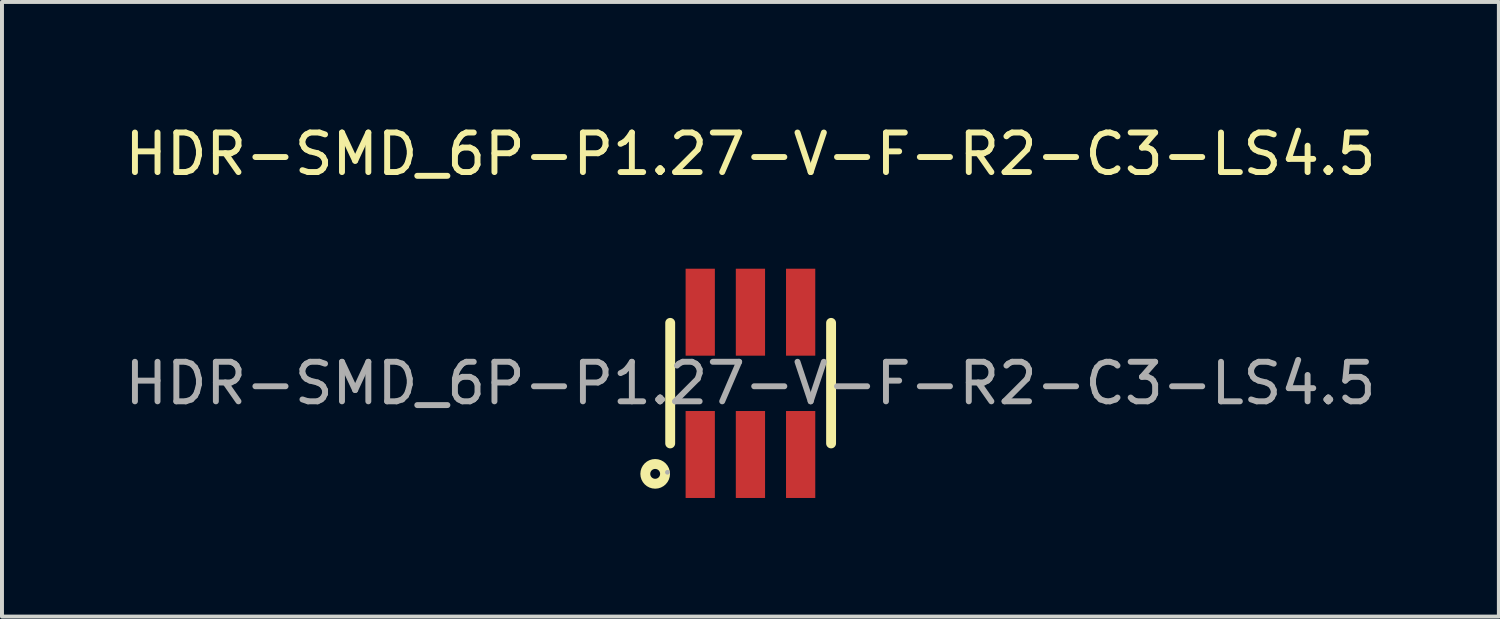
<source format=kicad_pcb>
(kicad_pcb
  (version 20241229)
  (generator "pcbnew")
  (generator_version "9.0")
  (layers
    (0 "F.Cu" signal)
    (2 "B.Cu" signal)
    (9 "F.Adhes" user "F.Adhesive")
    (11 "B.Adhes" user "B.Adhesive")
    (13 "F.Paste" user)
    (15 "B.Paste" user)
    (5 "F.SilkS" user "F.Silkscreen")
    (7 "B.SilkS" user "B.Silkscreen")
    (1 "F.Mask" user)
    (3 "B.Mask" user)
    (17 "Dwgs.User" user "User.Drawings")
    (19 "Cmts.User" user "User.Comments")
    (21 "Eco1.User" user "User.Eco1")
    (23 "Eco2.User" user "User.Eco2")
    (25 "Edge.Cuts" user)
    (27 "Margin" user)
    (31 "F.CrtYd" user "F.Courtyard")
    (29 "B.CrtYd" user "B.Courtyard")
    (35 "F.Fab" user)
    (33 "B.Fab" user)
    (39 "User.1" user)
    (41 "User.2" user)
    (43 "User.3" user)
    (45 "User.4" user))
  (footprint "HDR-SMD_6P-P1.27-V-F-R2-C3-LS4.5"
    (layer "F.Cu")
    (at 15.935 6.648)
    (property "Reference" "HDR-SMD_6P-P1.27-V-F-R2-C3-LS4.5" (at 0 -5.8 0) (layer "F.SilkS") (effects (font (size 1 1) (thickness 0.15))))
    (attr smd)
    (fp_line (start -2.03 -1.53) (end -2.03 1.52) (stroke (width 0.25) (type solid)) (layer "F.SilkS"))
    (fp_line (start 2.04 -1.53) (end 2.04 1.52) (stroke (width 0.25) (type solid)) (layer "F.SilkS"))
    (fp_circle (center -2.41 2.29) (end -2.16 2.29) (stroke (width 0.25) (type solid)) (fill no) (layer "F.SilkS"))
    (fp_circle (center -2.1 2.25) (end -2.07 2.25) (stroke (width 0.06) (type solid)) (fill no) (layer "F.Fab"))
    (fp_text user "${REFERENCE}" (at 0 0 0) (layer "F.Fab") (effects (font (size 1 1) (thickness 0.15))))
    (pad "1" smd rect (at -1.27 1.8 90) (size 2.2 0.74) (layers "F.Cu" "F.Mask" "F.Paste"))
    (pad "2" smd rect (at -1.27 -1.8 90) (size 2.2 0.74) (layers "F.Cu" "F.Mask" "F.Paste"))
    (pad "3" smd rect (at 0 1.8 90) (size 2.2 0.74) (layers "F.Cu" "F.Mask" "F.Paste"))
    (pad "4" smd rect (at 0 -1.8 90) (size 2.2 0.74) (layers "F.Cu" "F.Mask" "F.Paste"))
    (pad "5" smd rect (at 1.27 1.8 90) (size 2.2 0.74) (layers "F.Cu" "F.Mask" "F.Paste"))
    (pad "6" smd rect (at 1.27 -1.8 90) (size 2.2 0.74) (layers "F.Cu" "F.Mask" "F.Paste")))
  (gr_rect
    (start -3 -3)
    (end 34.869 12.548)
    (stroke (width 0.1) (type default))
    (fill no)
    (layer "Edge.Cuts")))
</source>
